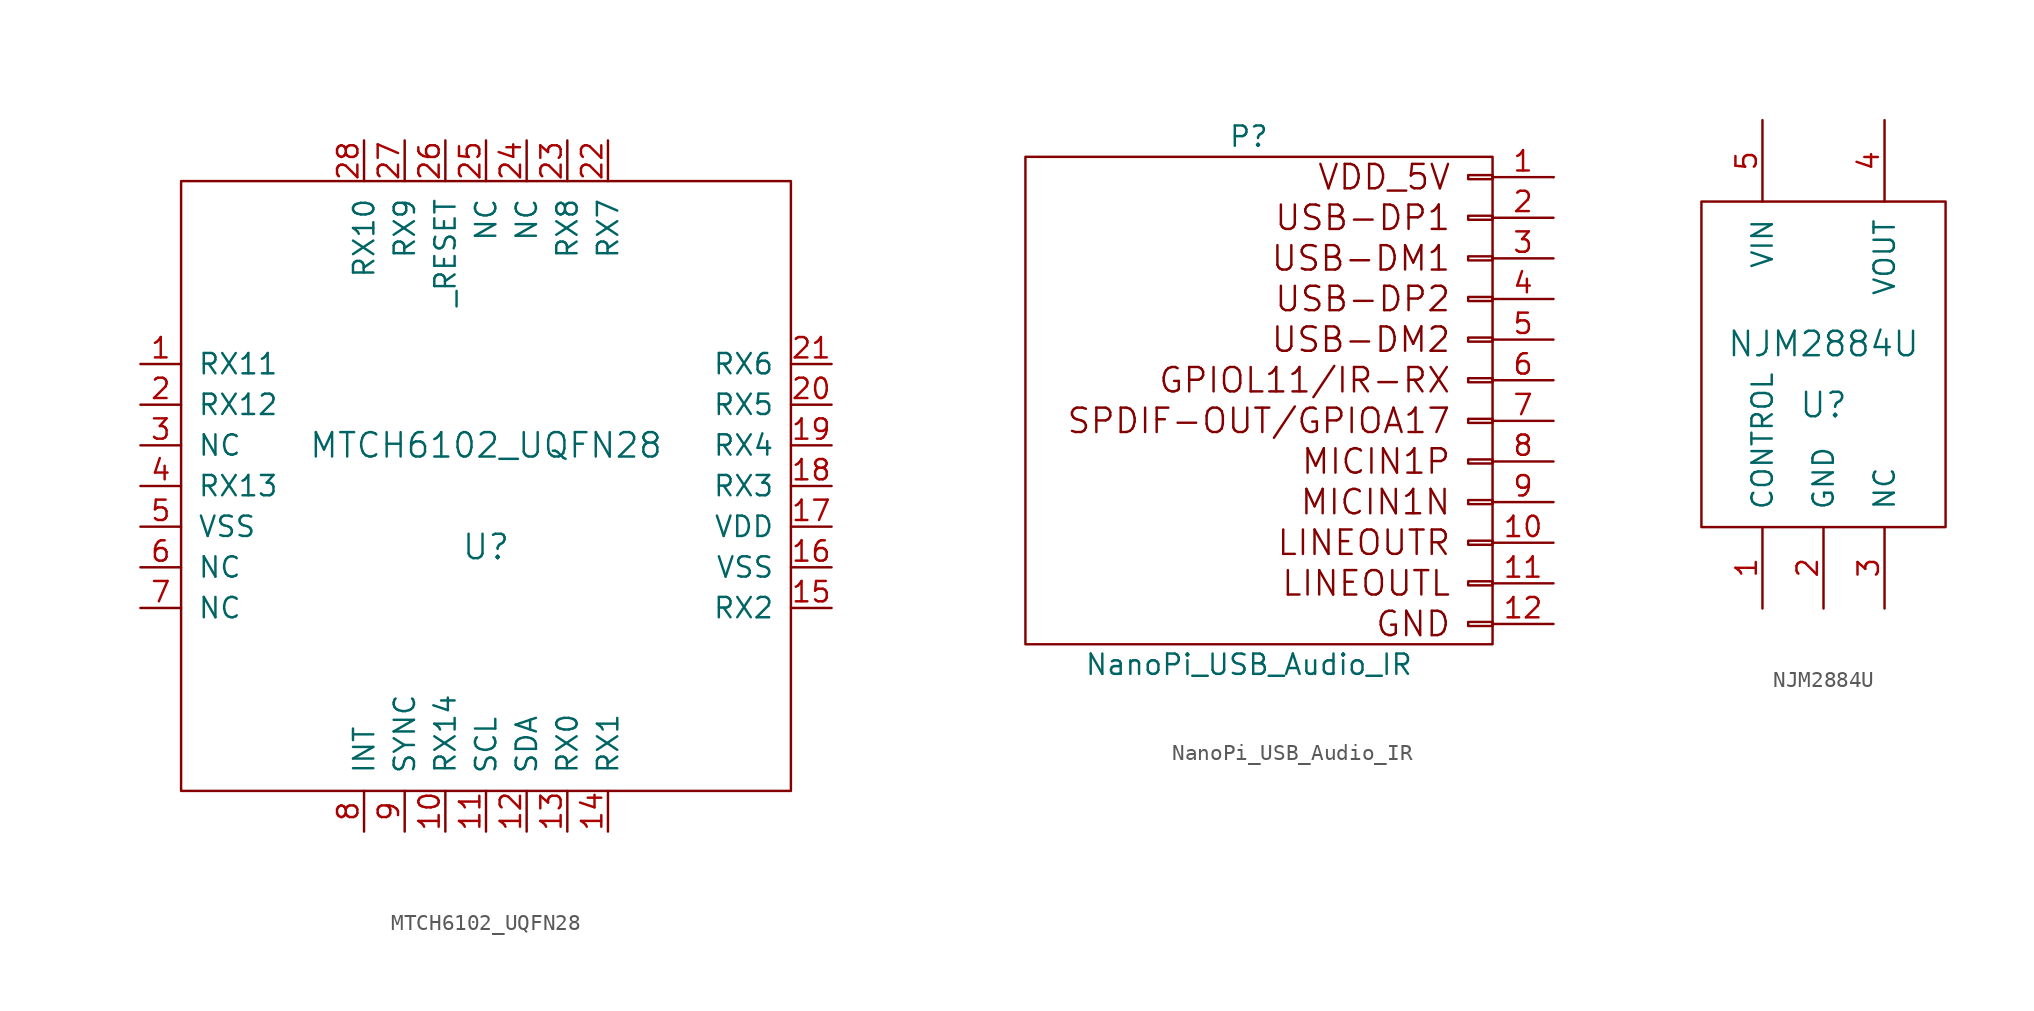
<source format=kicad_sym>
(kicad_symbol_lib
  (version 20220914)
  (generator kicad_symbol_editor)
  (symbol "MTCH6102_UQFN28"
    (pin_names
      (offset 1.016))
    (property "Reference" "U"
      (at 0 -3.81 0)
      (effects (font (size 1.524 1.524))))
    (property "Value" "MTCH6102_UQFN28"
      (at 0 2.54 0)
      (effects (font (size 1.524 1.524))))
    (symbol "MTCH6102_UQFN28_0_1"
      (rectangle (start -19.05 19.05) (end 19.05 -19.05) (stroke (width 0) (type solid)) (fill (type none))))
    (symbol "MTCH6102_UQFN28_1_1"
      (pin input line (at -21.59 7.62 0) (length 2.54) (name "RX11" (effects (font (size 1.27 1.27)))) (number "1" (effects (font (size 1.27 1.27)))))
      (pin input line (at -2.54 -21.59 90) (length 2.54) (name "RX14" (effects (font (size 1.27 1.27)))) (number "10" (effects (font (size 1.27 1.27)))))
      (pin input line (at 0 -21.59 90) (length 2.54) (name "SCL" (effects (font (size 1.27 1.27)))) (number "11" (effects (font (size 1.27 1.27)))))
      (pin input line (at 2.54 -21.59 90) (length 2.54) (name "SDA" (effects (font (size 1.27 1.27)))) (number "12" (effects (font (size 1.27 1.27)))))
      (pin input line (at 5.08 -21.59 90) (length 2.54) (name "RX0" (effects (font (size 1.27 1.27)))) (number "13" (effects (font (size 1.27 1.27)))))
      (pin input line (at 7.62 -21.59 90) (length 2.54) (name "RX1" (effects (font (size 1.27 1.27)))) (number "14" (effects (font (size 1.27 1.27)))))
      (pin input line (at 21.59 -7.62 180) (length 2.54) (name "RX2" (effects (font (size 1.27 1.27)))) (number "15" (effects (font (size 1.27 1.27)))))
      (pin input line (at 21.59 -5.08 180) (length 2.54) (name "VSS" (effects (font (size 1.27 1.27)))) (number "16" (effects (font (size 1.27 1.27)))))
      (pin input line (at 21.59 -2.54 180) (length 2.54) (name "VDD" (effects (font (size 1.27 1.27)))) (number "17" (effects (font (size 1.27 1.27)))))
      (pin input line (at 21.59 0 180) (length 2.54) (name "RX3" (effects (font (size 1.27 1.27)))) (number "18" (effects (font (size 1.27 1.27)))))
      (pin input line (at 21.59 2.54 180) (length 2.54) (name "RX4" (effects (font (size 1.27 1.27)))) (number "19" (effects (font (size 1.27 1.27)))))
      (pin input line (at -21.59 5.08 0) (length 2.54) (name "RX12" (effects (font (size 1.27 1.27)))) (number "2" (effects (font (size 1.27 1.27)))))
      (pin input line (at 21.59 5.08 180) (length 2.54) (name "RX5" (effects (font (size 1.27 1.27)))) (number "20" (effects (font (size 1.27 1.27)))))
      (pin input line (at 21.59 7.62 180) (length 2.54) (name "RX6" (effects (font (size 1.27 1.27)))) (number "21" (effects (font (size 1.27 1.27)))))
      (pin input line (at 7.62 21.59 270) (length 2.54) (name "RX7" (effects (font (size 1.27 1.27)))) (number "22" (effects (font (size 1.27 1.27)))))
      (pin input line (at 5.08 21.59 270) (length 2.54) (name "RX8" (effects (font (size 1.27 1.27)))) (number "23" (effects (font (size 1.27 1.27)))))
      (pin input line (at 2.54 21.59 270) (length 2.54) (name "NC" (effects (font (size 1.27 1.27)))) (number "24" (effects (font (size 1.27 1.27)))))
      (pin input line (at 0 21.59 270) (length 2.54) (name "NC" (effects (font (size 1.27 1.27)))) (number "25" (effects (font (size 1.27 1.27)))))
      (pin input line (at -2.54 21.59 270) (length 2.54) (name "_RESET" (effects (font (size 1.27 1.27)))) (number "26" (effects (font (size 1.27 1.27)))))
      (pin input line (at -5.08 21.59 270) (length 2.54) (name "RX9" (effects (font (size 1.27 1.27)))) (number "27" (effects (font (size 1.27 1.27)))))
      (pin input line (at -7.62 21.59 270) (length 2.54) (name "RX10" (effects (font (size 1.27 1.27)))) (number "28" (effects (font (size 1.27 1.27)))))
      (pin input line (at -21.59 2.54 0) (length 2.54) (name "NC" (effects (font (size 1.27 1.27)))) (number "3" (effects (font (size 1.27 1.27)))))
      (pin input line (at -21.59 0 0) (length 2.54) (name "RX13" (effects (font (size 1.27 1.27)))) (number "4" (effects (font (size 1.27 1.27)))))
      (pin input line (at -21.59 -2.54 0) (length 2.54) (name "VSS" (effects (font (size 1.27 1.27)))) (number "5" (effects (font (size 1.27 1.27)))))
      (pin input line (at -21.59 -5.08 0) (length 2.54) (name "NC" (effects (font (size 1.27 1.27)))) (number "6" (effects (font (size 1.27 1.27)))))
      (pin input line (at -21.59 -7.62 0) (length 2.54) (name "NC" (effects (font (size 1.27 1.27)))) (number "7" (effects (font (size 1.27 1.27)))))
      (pin input line (at -7.62 -21.59 90) (length 2.54) (name "INT" (effects (font (size 1.27 1.27)))) (number "8" (effects (font (size 1.27 1.27)))))
      (pin input line (at -5.08 -21.59 90) (length 2.54) (name "SYNC" (effects (font (size 1.27 1.27)))) (number "9" (effects (font (size 1.27 1.27)))))))
  (symbol "NanoPi_USB_Audio_IR"
    (pin_names
      (offset 1.016) hide)
    (property "Reference" "P"
      (at 0 16.51 0)
      (effects (font (size 1.27 1.27))))
    (property "Value" "NanoPi_USB_Audio_IR"
      (at 0 -16.51 0)
      (effects (font (size 1.27 1.27))))
    (property "Footprint" ""
      (at 13.97 0 0)
      (effects (font (size 1.27 1.27))))
    (property "Datasheet" ""
      (at 13.97 0 0)
      (effects (font (size 1.27 1.27))))
    (symbol "NanoPi_USB_Audio_IR_0_0"
      (rectangle (start 15.24 15.24) (end -13.97 -15.24) (stroke (width 0) (type solid)) (fill (type none)))
      (text "GND" (at 12.7 -13.97 0) (effects (font (size 1.524 1.524)) (justify right)))
      (text "GPIOL11/IR-RX" (at 12.7 1.27 0) (effects (font (size 1.524 1.524)) (justify right)))
      (text "LINEOUTL" (at 12.7 -11.43 0) (effects (font (size 1.524 1.524)) (justify right)))
      (text "LINEOUTR" (at 12.7 -8.89 0) (effects (font (size 1.524 1.524)) (justify right)))
      (text "MICIN1N" (at 12.7 -6.35 0) (effects (font (size 1.524 1.524)) (justify right)))
      (text "MICIN1P" (at 12.7 -3.81 0) (effects (font (size 1.524 1.524)) (justify right)))
      (text "SPDIF-OUT/GPIOA17" (at 12.7 -1.27 0) (effects (font (size 1.524 1.524)) (justify right)))
      (text "USB-DM1" (at 12.7 8.89 0) (effects (font (size 1.524 1.524)) (justify right)))
      (text "USB-DM2" (at 12.7 3.81 0) (effects (font (size 1.524 1.524)) (justify right)))
      (text "USB-DP1" (at 12.7 11.43 0) (effects (font (size 1.524 1.524)) (justify right)))
      (text "USB-DP2" (at 12.7 6.35 0) (effects (font (size 1.524 1.524)) (justify right)))
      (text "VDD_5V" (at 12.7 13.97 0) (effects (font (size 1.524 1.524)) (justify right))))
    (symbol "NanoPi_USB_Audio_IR_0_1"
      (polyline (pts (xy 19.05 13.97) (xy 19.05 13.97)) (stroke (width 0) (type solid)) (fill (type none)))
      (rectangle (start 15.24 -13.843) (end 13.716 -14.097) (stroke (width 0) (type solid)) (fill (type none)))
      (rectangle (start 15.24 -11.303) (end 13.716 -11.557) (stroke (width 0) (type solid)) (fill (type none)))
      (rectangle (start 15.24 -8.763) (end 13.716 -9.017) (stroke (width 0) (type solid)) (fill (type none)))
      (rectangle (start 15.24 -6.223) (end 13.716 -6.477) (stroke (width 0) (type solid)) (fill (type none)))
      (rectangle (start 15.24 -3.683) (end 13.716 -3.937) (stroke (width 0) (type solid)) (fill (type none)))
      (rectangle (start 15.24 -1.143) (end 13.716 -1.397) (stroke (width 0) (type solid)) (fill (type none)))
      (rectangle (start 15.24 1.397) (end 13.716 1.143) (stroke (width 0) (type solid)) (fill (type none)))
      (rectangle (start 15.24 3.937) (end 13.716 3.683) (stroke (width 0) (type solid)) (fill (type none)))
      (rectangle (start 15.24 6.477) (end 13.716 6.223) (stroke (width 0) (type solid)) (fill (type none)))
      (rectangle (start 15.24 9.017) (end 13.716 8.763) (stroke (width 0) (type solid)) (fill (type none)))
      (rectangle (start 15.24 11.557) (end 13.716 11.303) (stroke (width 0) (type solid)) (fill (type none)))
      (rectangle (start 15.24 14.097) (end 13.716 13.843) (stroke (width 0) (type solid)) (fill (type none))))
    (symbol "NanoPi_USB_Audio_IR_1_1"
      (pin passive line (at 19.05 13.97 180) (length 3.81) (name "VDD_5V" (effects (font (size 1.27 1.27)))) (number "1" (effects (font (size 1.27 1.27)))))
      (pin passive line (at 19.05 -8.89 180) (length 3.81) (name "P10" (effects (font (size 1.27 1.27)))) (number "10" (effects (font (size 1.27 1.27)))))
      (pin passive line (at 19.05 -11.43 180) (length 3.81) (name "P11" (effects (font (size 1.27 1.27)))) (number "11" (effects (font (size 1.27 1.27)))))
      (pin passive line (at 19.05 -13.97 180) (length 3.81) (name "P12" (effects (font (size 1.27 1.27)))) (number "12" (effects (font (size 1.27 1.27)))))
      (pin passive line (at 19.05 11.43 180) (length 3.81) (name "P2" (effects (font (size 1.27 1.27)))) (number "2" (effects (font (size 1.27 1.27)))))
      (pin passive line (at 19.05 8.89 180) (length 3.81) (name "P3" (effects (font (size 1.27 1.27)))) (number "3" (effects (font (size 1.27 1.27)))))
      (pin passive line (at 19.05 6.35 180) (length 3.81) (name "P4" (effects (font (size 1.27 1.27)))) (number "4" (effects (font (size 1.27 1.27)))))
      (pin passive line (at 19.05 3.81 180) (length 3.81) (name "P5" (effects (font (size 1.27 1.27)))) (number "5" (effects (font (size 1.27 1.27)))))
      (pin passive line (at 19.05 1.27 180) (length 3.81) (name "P6" (effects (font (size 1.27 1.27)))) (number "6" (effects (font (size 1.27 1.27)))))
      (pin passive line (at 19.05 -1.27 180) (length 3.81) (name "P7" (effects (font (size 1.27 1.27)))) (number "7" (effects (font (size 1.27 1.27)))))
      (pin passive line (at 19.05 -3.81 180) (length 3.81) (name "P8" (effects (font (size 1.27 1.27)))) (number "8" (effects (font (size 1.27 1.27)))))
      (pin passive line (at 19.05 -6.35 180) (length 3.81) (name "P9" (effects (font (size 1.27 1.27)))) (number "9" (effects (font (size 1.27 1.27)))))))
  (symbol "NJM2884U"
    (pin_names
      (offset 1.016))
    (property "Reference" "U"
      (at 0 -3.81 0)
      (effects (font (size 1.524 1.524))))
    (property "Value" "NJM2884U"
      (at 0 0 0)
      (effects (font (size 1.524 1.524))))
    (property "Footprint" ""
      (at 0 0 0)
      (effects (font (size 1.524 1.524))))
    (property "Datasheet" ""
      (at 0 0 0)
      (effects (font (size 1.524 1.524))))
    (symbol "NJM2884U_0_1"
      (rectangle (start -7.62 8.89) (end 7.62 -11.43) (stroke (width 0) (type solid)) (fill (type none))))
    (symbol "NJM2884U_1_1"
      (pin input line (at -3.81 -16.51 90) (length 5.08) (name "CONTROL" (effects (font (size 1.27 1.27)))) (number "1" (effects (font (size 1.27 1.27)))))
      (pin input line (at 0 -16.51 90) (length 5.08) (name "GND" (effects (font (size 1.27 1.27)))) (number "2" (effects (font (size 1.27 1.27)))))
      (pin input line (at 3.81 -16.51 90) (length 5.08) (name "NC" (effects (font (size 1.27 1.27)))) (number "3" (effects (font (size 1.27 1.27)))))
      (pin input line (at 3.81 13.97 270) (length 5.08) (name "VOUT" (effects (font (size 1.27 1.27)))) (number "4" (effects (font (size 1.27 1.27)))))
      (pin input line (at -3.81 13.97 270) (length 5.08) (name "VIN" (effects (font (size 1.27 1.27)))) (number "5" (effects (font (size 1.27 1.27))))))))
</source>
